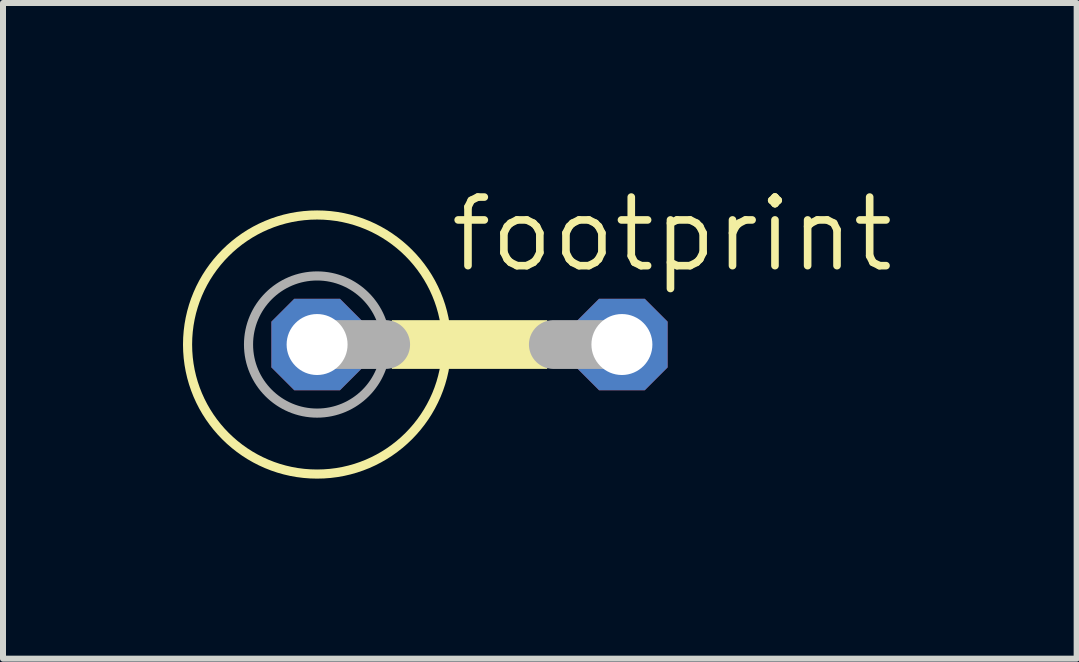
<source format=kicad_pcb>
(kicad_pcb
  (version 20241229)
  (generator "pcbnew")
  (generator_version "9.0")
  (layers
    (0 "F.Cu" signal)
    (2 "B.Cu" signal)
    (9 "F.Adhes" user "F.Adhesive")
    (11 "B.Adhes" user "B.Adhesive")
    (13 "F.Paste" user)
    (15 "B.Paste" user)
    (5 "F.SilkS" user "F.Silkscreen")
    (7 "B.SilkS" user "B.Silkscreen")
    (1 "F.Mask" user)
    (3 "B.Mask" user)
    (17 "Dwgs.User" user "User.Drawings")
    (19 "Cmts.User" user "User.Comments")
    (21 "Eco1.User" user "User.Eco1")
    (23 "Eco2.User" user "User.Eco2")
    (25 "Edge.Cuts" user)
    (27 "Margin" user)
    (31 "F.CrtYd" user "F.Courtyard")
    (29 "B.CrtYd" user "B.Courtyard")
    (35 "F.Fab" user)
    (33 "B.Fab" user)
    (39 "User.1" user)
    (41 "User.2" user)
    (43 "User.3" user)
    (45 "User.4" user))
  (footprint "footprint"
    (layer "F.Cu")
    (at 4.775 2.692)
    (property "Reference" "footprint" (at -0.381 -1.168 0) (layer "F.SilkS") (effects (font (size 1.143 1.143) (thickness 0.127)) (justify left bottom)))
    (fp_circle (center -2.54 0) (end -0.381 0) (stroke (width 0.152) (type solid)) (fill no) (layer "F.SilkS"))
    (fp_poly (pts (xy -1.295 0.406) (xy 1.295 0.406) (xy 1.295 -0.406) (xy -1.295 -0.406)) (stroke (width 0) (type solid)) (fill yes) (layer "F.SilkS"))
    (fp_line (start -2.54 0) (end -1.397 0) (stroke (width 0.813) (type solid)) (layer "F.Fab"))
    (fp_line (start 2.54 0) (end 1.397 0) (stroke (width 0.813) (type solid)) (layer "F.Fab"))
    (fp_circle (center -2.54 0) (end -1.397 0) (stroke (width 0.152) (type solid)) (fill no) (layer "F.Fab"))
    (pad "1" thru_hole roundrect (at -2.54 0) (size 1.524 1.524) (drill 1.016) (layers "*.Cu" "*.Mask") (roundrect_rratio 0.25) (chamfer_ratio 0.25) (chamfer top_left top_right bottom_left bottom_right))
    (pad "2" thru_hole roundrect (at 2.54 0) (size 1.524 1.524) (drill 1.016) (layers "*.Cu" "*.Mask") (roundrect_rratio 0.25) (chamfer_ratio 0.25) (chamfer top_left top_right bottom_left bottom_right)))
  (gr_rect
    (start -3 -3)
    (end 14.894 7.928)
    (stroke (width 0.1) (type default))
    (fill no)
    (layer "Edge.Cuts")))
</source>
